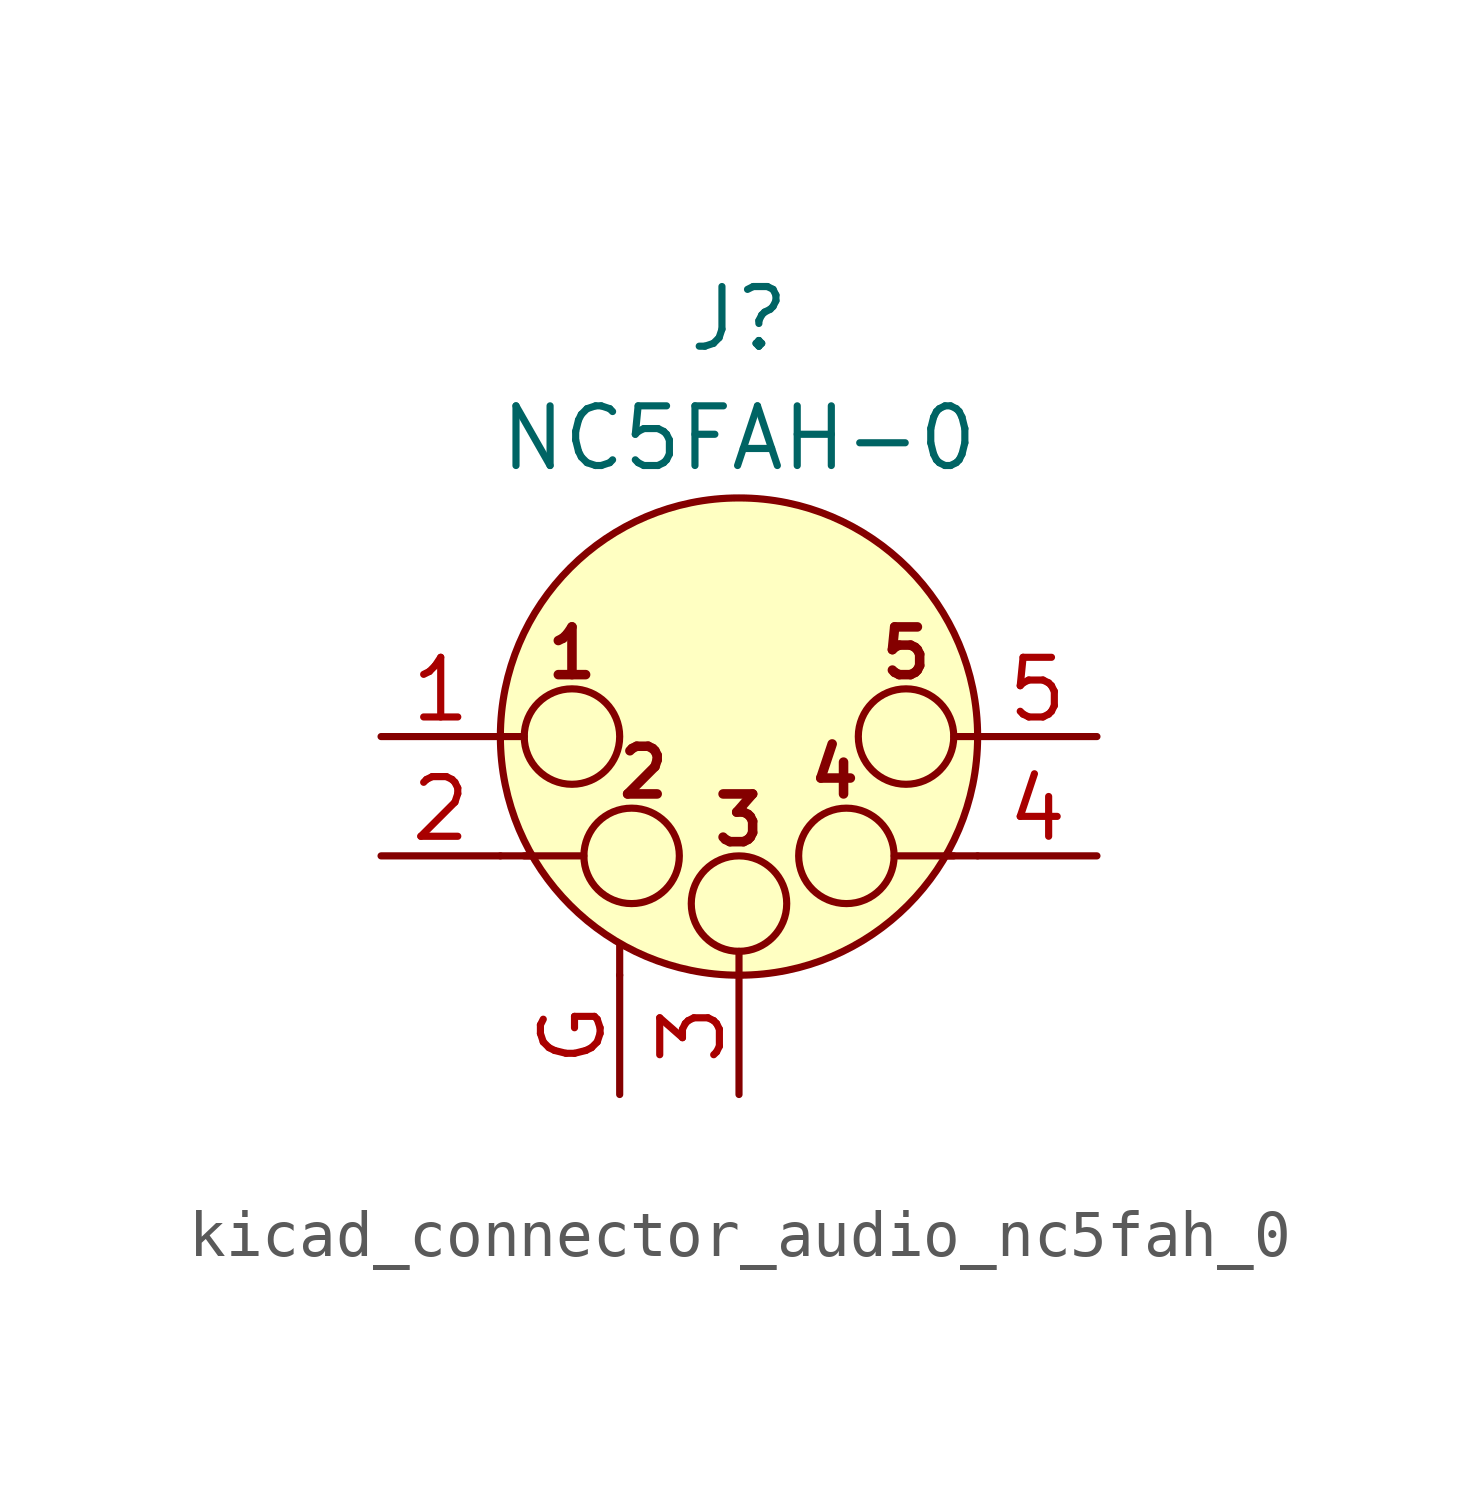
<source format=kicad_sym>
(kicad_symbol_lib
  (version 20220914)
  (generator kicad_symbol_editor)
  (symbol "kicad_connector_audio_nc5fah_0"
    (pin_names hide)
    (property "Reference" "J"
      (at 0 8.89 0)
      (effects (font (size 1.27 1.27))))
    (property "Value" "NC5FAH-0"
      (at 0 6.35 0)
      (effects (font (size 1.27 1.27))))
    (symbol "kicad_connector_audio_nc5fah_0_0_1"
      (circle (center -3.556 0) (radius 1.016) (stroke (width 0) (type default)) (fill (type none)))
      (circle (center -2.286 -2.54) (radius 1.016) (stroke (width 0) (type default)) (fill (type none)))
      (circle (center 0 -3.556) (radius 1.016) (stroke (width 0) (type default)) (fill (type none)))
      (polyline (pts (xy -5.08 -2.54) (xy -4.445 -2.54)) (stroke (width 0) (type default)) (fill (type none)))
      (polyline (pts (xy -5.08 0) (xy -4.572 0)) (stroke (width 0) (type default)) (fill (type none)))
      (polyline (pts (xy -4.572 -2.54) (xy -3.302 -2.54)) (stroke (width 0) (type default)) (fill (type none)))
      (polyline (pts (xy -2.54 -5.08) (xy -2.54 -4.445)) (stroke (width 0) (type default)) (fill (type none)))
      (polyline (pts (xy 0 -5.08) (xy 0 -4.572)) (stroke (width 0) (type default)) (fill (type none)))
      (polyline (pts (xy 4.572 -2.54) (xy 3.302 -2.54)) (stroke (width 0) (type default)) (fill (type none)))
      (polyline (pts (xy 5.08 -2.54) (xy 4.445 -2.54)) (stroke (width 0) (type default)) (fill (type none)))
      (polyline (pts (xy 5.08 0) (xy 4.572 0)) (stroke (width 0) (type default)) (fill (type none)))
      (circle (center 0 0) (radius 5.08) (stroke (width 0) (type default)) (fill (type background)))
      (circle (center 2.286 -2.54) (radius 1.016) (stroke (width 0) (type default)) (fill (type none)))
      (circle (center 3.556 0) (radius 1.016) (stroke (width 0) (type default)) (fill (type none)))
      (text "1" (at -3.556 1.778 0) (effects (font (size 1.016 1.016) bold)))
      (text "2" (at -2.032 -0.762 0) (effects (font (size 1.016 1.016) bold)))
      (text "3" (at 0 -1.778 0) (effects (font (size 1.016 1.016) bold)))
      (text "4" (at 2.032 -0.762 0) (effects (font (size 1.016 1.016) bold)))
      (text "5" (at 3.556 1.778 0) (effects (font (size 1.016 1.016) bold))))
    (symbol "kicad_connector_audio_nc5fah_0_1_1"
      (pin passive line (at -7.62 0 0) (length 2.54) (name "P1" (effects (font (size 1.27 1.27)))) (number "1" (effects (font (size 1.27 1.27)))))
      (pin passive line (at -7.62 -2.54 0) (length 2.54) (name "P2" (effects (font (size 1.27 1.27)))) (number "2" (effects (font (size 1.27 1.27)))))
      (pin passive line (at 0 -7.62 90) (length 2.54) (name "P3" (effects (font (size 1.27 1.27)))) (number "3" (effects (font (size 1.27 1.27)))))
      (pin passive line (at 7.62 -2.54 180) (length 2.54) (name "P3" (effects (font (size 1.27 1.27)))) (number "4" (effects (font (size 1.27 1.27)))))
      (pin passive line (at 7.62 0 180) (length 2.54) (name "P5" (effects (font (size 1.27 1.27)))) (number "5" (effects (font (size 1.27 1.27)))))
      (pin passive line (at -2.54 -7.62 90) (length 2.54) (name "~" (effects (font (size 1.27 1.27)))) (number "G" (effects (font (size 1.27 1.27))))))))
</source>
